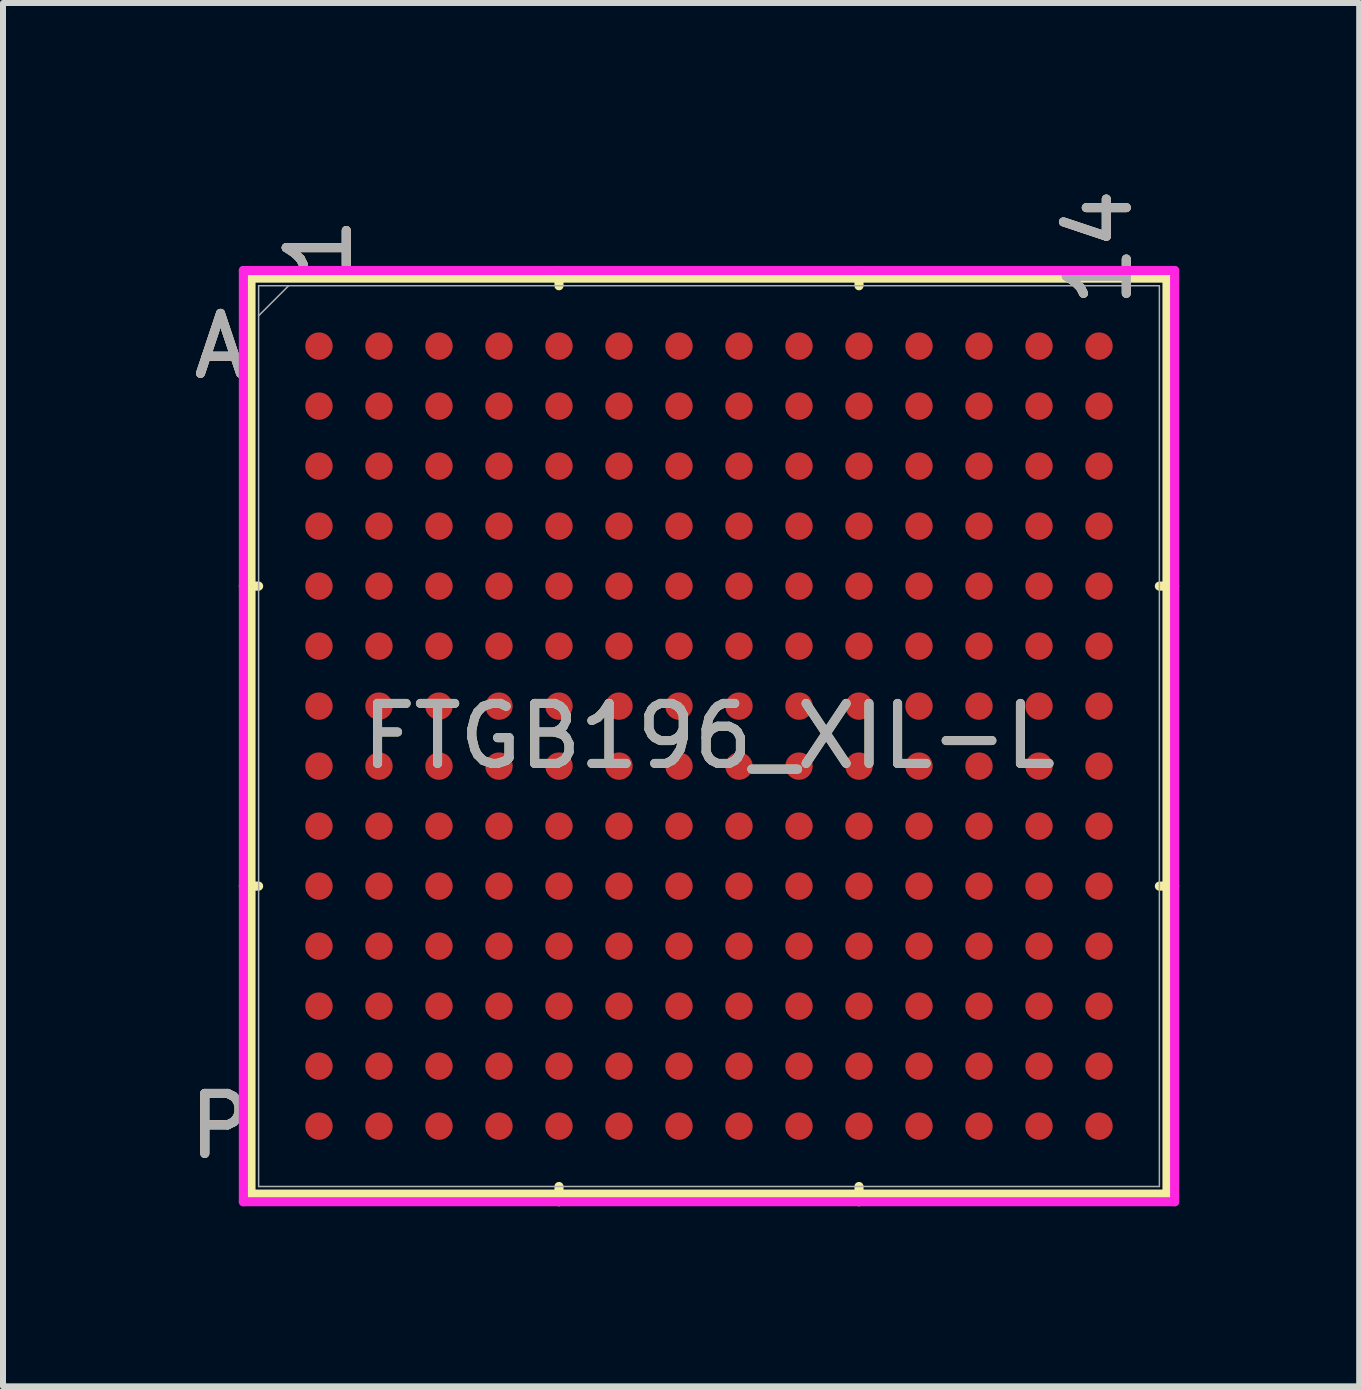
<source format=kicad_pcb>
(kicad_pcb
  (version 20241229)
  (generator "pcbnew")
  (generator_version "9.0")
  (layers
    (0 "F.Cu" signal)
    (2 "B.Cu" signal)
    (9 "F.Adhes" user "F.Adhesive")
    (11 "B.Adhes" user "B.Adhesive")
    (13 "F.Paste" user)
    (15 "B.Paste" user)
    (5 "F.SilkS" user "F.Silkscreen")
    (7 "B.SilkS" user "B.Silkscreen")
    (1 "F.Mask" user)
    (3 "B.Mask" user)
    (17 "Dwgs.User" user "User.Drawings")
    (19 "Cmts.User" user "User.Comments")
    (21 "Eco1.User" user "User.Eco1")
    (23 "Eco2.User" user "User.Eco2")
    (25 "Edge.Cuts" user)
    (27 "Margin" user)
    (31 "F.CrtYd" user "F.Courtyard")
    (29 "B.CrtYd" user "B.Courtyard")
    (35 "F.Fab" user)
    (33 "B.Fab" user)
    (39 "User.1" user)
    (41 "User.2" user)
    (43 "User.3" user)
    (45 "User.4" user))
  (footprint "FTGB196_XIL-L"
    (layer "F.Cu")
    (at 8.766 9.218)
    (property "Reference" "FTGB196_XIL-L" (at 0 0 0) (unlocked yes) (layer "F.SilkS") (effects (font (size 1 1) (thickness 0.15))))
    (attr smd)
    (fp_line (start -7.633 -7.633) (end -7.633 7.633) (stroke (width 0.152) (type solid)) (layer "F.SilkS"))
    (fp_line (start -7.633 7.633) (end 7.633 7.633) (stroke (width 0.152) (type solid)) (layer "F.SilkS"))
    (fp_line (start -7.506 -2.5) (end -7.76 -2.5) (stroke (width 0.152) (type solid)) (layer "F.SilkS"))
    (fp_line (start -7.506 2.5) (end -7.76 2.5) (stroke (width 0.152) (type solid)) (layer "F.SilkS"))
    (fp_line (start -2.5 -7.506) (end -2.5 -7.76) (stroke (width 0.152) (type solid)) (layer "F.SilkS"))
    (fp_line (start -2.5 7.506) (end -2.5 7.76) (stroke (width 0.152) (type solid)) (layer "F.SilkS"))
    (fp_line (start 2.5 -7.506) (end 2.5 -7.76) (stroke (width 0.152) (type solid)) (layer "F.SilkS"))
    (fp_line (start 2.5 7.506) (end 2.5 7.76) (stroke (width 0.152) (type solid)) (layer "F.SilkS"))
    (fp_line (start 7.506 -2.5) (end 7.76 -2.5) (stroke (width 0.152) (type solid)) (layer "F.SilkS"))
    (fp_line (start 7.506 2.5) (end 7.76 2.5) (stroke (width 0.152) (type solid)) (layer "F.SilkS"))
    (fp_line (start 7.633 -7.633) (end -7.633 -7.633) (stroke (width 0.152) (type solid)) (layer "F.SilkS"))
    (fp_line (start 7.633 7.633) (end 7.633 -7.633) (stroke (width 0.152) (type solid)) (layer "F.SilkS"))
    (fp_poly (pts (xy -7.508 -7.508) (xy 7.508 -7.508) (xy 7.508 7.508) (xy -7.508 7.508)) (stroke (width 0.1) (type solid)) (fill no) (layer "Eco2.User"))
    (fp_line (start -7.76 -7.76) (end 7.76 -7.76) (stroke (width 0.152) (type solid)) (layer "F.CrtYd"))
    (fp_line (start -7.76 7.76) (end -7.76 -7.76) (stroke (width 0.152) (type solid)) (layer "F.CrtYd"))
    (fp_line (start 7.76 -7.76) (end 7.76 7.76) (stroke (width 0.152) (type solid)) (layer "F.CrtYd"))
    (fp_line (start 7.76 7.76) (end -7.76 7.76) (stroke (width 0.152) (type solid)) (layer "F.CrtYd"))
    (fp_line (start -7.506 -7.506) (end -7.506 7.506) (stroke (width 0.025) (type solid)) (layer "F.Fab"))
    (fp_line (start -7.506 7.506) (end 7.506 7.506) (stroke (width 0.025) (type solid)) (layer "F.Fab"))
    (fp_line (start -7.006 -7.506) (end -7.506 -7.006) (stroke (width 0.025) (type solid)) (layer "F.Fab"))
    (fp_line (start 7.506 -7.506) (end -7.506 -7.506) (stroke (width 0.025) (type solid)) (layer "F.Fab"))
    (fp_line (start 7.506 7.506) (end 7.506 -7.506) (stroke (width 0.025) (type solid)) (layer "F.Fab"))
    (fp_text user "P" (at -8.141 6.5 0) (unlocked yes) (layer "F.SilkS") (effects (font (size 1 1) (thickness 0.15))))
    (fp_text user "14" (at 6.5 -8.141 90) (unlocked yes) (layer "F.SilkS") (effects (font (size 1 1) (thickness 0.15))))
    (fp_text user "1" (at -6.5 -8.141 90) (unlocked yes) (layer "F.SilkS") (effects (font (size 1 1) (thickness 0.15))))
    (fp_text user "A" (at -8.141 -6.5 0) (unlocked yes) (layer "F.SilkS") (effects (font (size 1 1) (thickness 0.15))))
    (fp_text user "14" (at 6.5 -8.141 90) (unlocked yes) (layer "B.SilkS") (effects (font (size 1 1) (thickness 0.15))))
    (fp_text user "A" (at -8.141 -6.5 0) (unlocked yes) (layer "B.SilkS") (effects (font (size 1 1) (thickness 0.15))))
    (fp_text user "P" (at -8.141 6.5 0) (unlocked yes) (layer "B.SilkS") (effects (font (size 1 1) (thickness 0.15))))
    (fp_text user "1" (at -6.5 -8.141 90) (unlocked yes) (layer "B.SilkS") (effects (font (size 1 1) (thickness 0.15))))
    (fp_text user "A" (at -8.141 -6.5 0) (unlocked yes) (layer "F.Fab") (effects (font (size 1 1) (thickness 0.15))))
    (fp_text user "P" (at -8.141 6.5 0) (unlocked yes) (layer "F.Fab") (effects (font (size 1 1) (thickness 0.15))))
    (fp_text user "1" (at -6.5 -8.141 90) (unlocked yes) (layer "F.Fab") (effects (font (size 1 1) (thickness 0.15))))
    (fp_text user "${REFERENCE}" (at 0 0 0) (unlocked yes) (layer "F.Fab") (effects (font (size 1 1) (thickness 0.15))))
    (fp_text user "14" (at 6.5 -8.141 90) (unlocked yes) (layer "F.Fab") (effects (font (size 1 1) (thickness 0.15))))
    (pad "A1" smd circle (at -6.5 -6.5) (size 0.457 0.457) (layers "F.Cu" "F.Mask" "F.Paste"))
    (pad "A2" smd circle (at -5.5 -6.5) (size 0.457 0.457) (layers "F.Cu" "F.Mask" "F.Paste"))
    (pad "A3" smd circle (at -4.5 -6.5) (size 0.457 0.457) (layers "F.Cu" "F.Mask" "F.Paste"))
    (pad "A4" smd circle (at -3.5 -6.5) (size 0.457 0.457) (layers "F.Cu" "F.Mask" "F.Paste"))
    (pad "A5" smd circle (at -2.5 -6.5) (size 0.457 0.457) (layers "F.Cu" "F.Mask" "F.Paste"))
    (pad "A6" smd circle (at -1.5 -6.5) (size 0.457 0.457) (layers "F.Cu" "F.Mask" "F.Paste"))
    (pad "A7" smd circle (at -0.5 -6.5) (size 0.457 0.457) (layers "F.Cu" "F.Mask" "F.Paste"))
    (pad "A8" smd circle (at 0.5 -6.5) (size 0.457 0.457) (layers "F.Cu" "F.Mask" "F.Paste"))
    (pad "A9" smd circle (at 1.5 -6.5) (size 0.457 0.457) (layers "F.Cu" "F.Mask" "F.Paste"))
    (pad "A10" smd circle (at 2.5 -6.5) (size 0.457 0.457) (layers "F.Cu" "F.Mask" "F.Paste"))
    (pad "A11" smd circle (at 3.5 -6.5) (size 0.457 0.457) (layers "F.Cu" "F.Mask" "F.Paste"))
    (pad "A12" smd circle (at 4.5 -6.5) (size 0.457 0.457) (layers "F.Cu" "F.Mask" "F.Paste"))
    (pad "A13" smd circle (at 5.5 -6.5) (size 0.457 0.457) (layers "F.Cu" "F.Mask" "F.Paste"))
    (pad "A14" smd circle (at 6.5 -6.5) (size 0.457 0.457) (layers "F.Cu" "F.Mask" "F.Paste"))
    (pad "B1" smd circle (at -6.5 -5.5) (size 0.457 0.457) (layers "F.Cu" "F.Mask" "F.Paste"))
    (pad "B2" smd circle (at -5.5 -5.5) (size 0.457 0.457) (layers "F.Cu" "F.Mask" "F.Paste"))
    (pad "B3" smd circle (at -4.5 -5.5) (size 0.457 0.457) (layers "F.Cu" "F.Mask" "F.Paste"))
    (pad "B4" smd circle (at -3.5 -5.5) (size 0.457 0.457) (layers "F.Cu" "F.Mask" "F.Paste"))
    (pad "B5" smd circle (at -2.5 -5.5) (size 0.457 0.457) (layers "F.Cu" "F.Mask" "F.Paste"))
    (pad "B6" smd circle (at -1.5 -5.5) (size 0.457 0.457) (layers "F.Cu" "F.Mask" "F.Paste"))
    (pad "B7" smd circle (at -0.5 -5.5) (size 0.457 0.457) (layers "F.Cu" "F.Mask" "F.Paste"))
    (pad "B8" smd circle (at 0.5 -5.5) (size 0.457 0.457) (layers "F.Cu" "F.Mask" "F.Paste"))
    (pad "B9" smd circle (at 1.5 -5.5) (size 0.457 0.457) (layers "F.Cu" "F.Mask" "F.Paste"))
    (pad "B10" smd circle (at 2.5 -5.5) (size 0.457 0.457) (layers "F.Cu" "F.Mask" "F.Paste"))
    (pad "B11" smd circle (at 3.5 -5.5) (size 0.457 0.457) (layers "F.Cu" "F.Mask" "F.Paste"))
    (pad "B12" smd circle (at 4.5 -5.5) (size 0.457 0.457) (layers "F.Cu" "F.Mask" "F.Paste"))
    (pad "B13" smd circle (at 5.5 -5.5) (size 0.457 0.457) (layers "F.Cu" "F.Mask" "F.Paste"))
    (pad "B14" smd circle (at 6.5 -5.5) (size 0.457 0.457) (layers "F.Cu" "F.Mask" "F.Paste"))
    (pad "C1" smd circle (at -6.5 -4.5) (size 0.457 0.457) (layers "F.Cu" "F.Mask" "F.Paste"))
    (pad "C2" smd circle (at -5.5 -4.5) (size 0.457 0.457) (layers "F.Cu" "F.Mask" "F.Paste"))
    (pad "C3" smd circle (at -4.5 -4.5) (size 0.457 0.457) (layers "F.Cu" "F.Mask" "F.Paste"))
    (pad "C4" smd circle (at -3.5 -4.5) (size 0.457 0.457) (layers "F.Cu" "F.Mask" "F.Paste"))
    (pad "C5" smd circle (at -2.5 -4.5) (size 0.457 0.457) (layers "F.Cu" "F.Mask" "F.Paste"))
    (pad "C6" smd circle (at -1.5 -4.5) (size 0.457 0.457) (layers "F.Cu" "F.Mask" "F.Paste"))
    (pad "C7" smd circle (at -0.5 -4.5) (size 0.457 0.457) (layers "F.Cu" "F.Mask" "F.Paste"))
    (pad "C8" smd circle (at 0.5 -4.5) (size 0.457 0.457) (layers "F.Cu" "F.Mask" "F.Paste"))
    (pad "C9" smd circle (at 1.5 -4.5) (size 0.457 0.457) (layers "F.Cu" "F.Mask" "F.Paste"))
    (pad "C10" smd circle (at 2.5 -4.5) (size 0.457 0.457) (layers "F.Cu" "F.Mask" "F.Paste"))
    (pad "C11" smd circle (at 3.5 -4.5) (size 0.457 0.457) (layers "F.Cu" "F.Mask" "F.Paste"))
    (pad "C12" smd circle (at 4.5 -4.5) (size 0.457 0.457) (layers "F.Cu" "F.Mask" "F.Paste"))
    (pad "C13" smd circle (at 5.5 -4.5) (size 0.457 0.457) (layers "F.Cu" "F.Mask" "F.Paste"))
    (pad "C14" smd circle (at 6.5 -4.5) (size 0.457 0.457) (layers "F.Cu" "F.Mask" "F.Paste"))
    (pad "D1" smd circle (at -6.5 -3.5) (size 0.457 0.457) (layers "F.Cu" "F.Mask" "F.Paste"))
    (pad "D2" smd circle (at -5.5 -3.5) (size 0.457 0.457) (layers "F.Cu" "F.Mask" "F.Paste"))
    (pad "D3" smd circle (at -4.5 -3.5) (size 0.457 0.457) (layers "F.Cu" "F.Mask" "F.Paste"))
    (pad "D4" smd circle (at -3.5 -3.5) (size 0.457 0.457) (layers "F.Cu" "F.Mask" "F.Paste"))
    (pad "D5" smd circle (at -2.5 -3.5) (size 0.457 0.457) (layers "F.Cu" "F.Mask" "F.Paste"))
    (pad "D6" smd circle (at -1.5 -3.5) (size 0.457 0.457) (layers "F.Cu" "F.Mask" "F.Paste"))
    (pad "D7" smd circle (at -0.5 -3.5) (size 0.457 0.457) (layers "F.Cu" "F.Mask" "F.Paste"))
    (pad "D8" smd circle (at 0.5 -3.5) (size 0.457 0.457) (layers "F.Cu" "F.Mask" "F.Paste"))
    (pad "D9" smd circle (at 1.5 -3.5) (size 0.457 0.457) (layers "F.Cu" "F.Mask" "F.Paste"))
    (pad "D10" smd circle (at 2.5 -3.5) (size 0.457 0.457) (layers "F.Cu" "F.Mask" "F.Paste"))
    (pad "D11" smd circle (at 3.5 -3.5) (size 0.457 0.457) (layers "F.Cu" "F.Mask" "F.Paste"))
    (pad "D12" smd circle (at 4.5 -3.5) (size 0.457 0.457) (layers "F.Cu" "F.Mask" "F.Paste"))
    (pad "D13" smd circle (at 5.5 -3.5) (size 0.457 0.457) (layers "F.Cu" "F.Mask" "F.Paste"))
    (pad "D14" smd circle (at 6.5 -3.5) (size 0.457 0.457) (layers "F.Cu" "F.Mask" "F.Paste"))
    (pad "E1" smd circle (at -6.5 -2.5) (size 0.457 0.457) (layers "F.Cu" "F.Mask" "F.Paste"))
    (pad "E2" smd circle (at -5.5 -2.5) (size 0.457 0.457) (layers "F.Cu" "F.Mask" "F.Paste"))
    (pad "E3" smd circle (at -4.5 -2.5) (size 0.457 0.457) (layers "F.Cu" "F.Mask" "F.Paste"))
    (pad "E4" smd circle (at -3.5 -2.5) (size 0.457 0.457) (layers "F.Cu" "F.Mask" "F.Paste"))
    (pad "E5" smd circle (at -2.5 -2.5) (size 0.457 0.457) (layers "F.Cu" "F.Mask" "F.Paste"))
    (pad "E6" smd circle (at -1.5 -2.5) (size 0.457 0.457) (layers "F.Cu" "F.Mask" "F.Paste"))
    (pad "E7" smd circle (at -0.5 -2.5) (size 0.457 0.457) (layers "F.Cu" "F.Mask" "F.Paste"))
    (pad "E8" smd circle (at 0.5 -2.5) (size 0.457 0.457) (layers "F.Cu" "F.Mask" "F.Paste"))
    (pad "E9" smd circle (at 1.5 -2.5) (size 0.457 0.457) (layers "F.Cu" "F.Mask" "F.Paste"))
    (pad "E10" smd circle (at 2.5 -2.5) (size 0.457 0.457) (layers "F.Cu" "F.Mask" "F.Paste"))
    (pad "E11" smd circle (at 3.5 -2.5) (size 0.457 0.457) (layers "F.Cu" "F.Mask" "F.Paste"))
    (pad "E12" smd circle (at 4.5 -2.5) (size 0.457 0.457) (layers "F.Cu" "F.Mask" "F.Paste"))
    (pad "E13" smd circle (at 5.5 -2.5) (size 0.457 0.457) (layers "F.Cu" "F.Mask" "F.Paste"))
    (pad "E14" smd circle (at 6.5 -2.5) (size 0.457 0.457) (layers "F.Cu" "F.Mask" "F.Paste"))
    (pad "F1" smd circle (at -6.5 -1.5) (size 0.457 0.457) (layers "F.Cu" "F.Mask" "F.Paste"))
    (pad "F2" smd circle (at -5.5 -1.5) (size 0.457 0.457) (layers "F.Cu" "F.Mask" "F.Paste"))
    (pad "F3" smd circle (at -4.5 -1.5) (size 0.457 0.457) (layers "F.Cu" "F.Mask" "F.Paste"))
    (pad "F4" smd circle (at -3.5 -1.5) (size 0.457 0.457) (layers "F.Cu" "F.Mask" "F.Paste"))
    (pad "F5" smd circle (at -2.5 -1.5) (size 0.457 0.457) (layers "F.Cu" "F.Mask" "F.Paste"))
    (pad "F6" smd circle (at -1.5 -1.5) (size 0.457 0.457) (layers "F.Cu" "F.Mask" "F.Paste"))
    (pad "F7" smd circle (at -0.5 -1.5) (size 0.457 0.457) (layers "F.Cu" "F.Mask" "F.Paste"))
    (pad "F8" smd circle (at 0.5 -1.5) (size 0.457 0.457) (layers "F.Cu" "F.Mask" "F.Paste"))
    (pad "F9" smd circle (at 1.5 -1.5) (size 0.457 0.457) (layers "F.Cu" "F.Mask" "F.Paste"))
    (pad "F10" smd circle (at 2.5 -1.5) (size 0.457 0.457) (layers "F.Cu" "F.Mask" "F.Paste"))
    (pad "F11" smd circle (at 3.5 -1.5) (size 0.457 0.457) (layers "F.Cu" "F.Mask" "F.Paste"))
    (pad "F12" smd circle (at 4.5 -1.5) (size 0.457 0.457) (layers "F.Cu" "F.Mask" "F.Paste"))
    (pad "F13" smd circle (at 5.5 -1.5) (size 0.457 0.457) (layers "F.Cu" "F.Mask" "F.Paste"))
    (pad "F14" smd circle (at 6.5 -1.5) (size 0.457 0.457) (layers "F.Cu" "F.Mask" "F.Paste"))
    (pad "G1" smd circle (at -6.5 -0.5) (size 0.457 0.457) (layers "F.Cu" "F.Mask" "F.Paste"))
    (pad "G2" smd circle (at -5.5 -0.5) (size 0.457 0.457) (layers "F.Cu" "F.Mask" "F.Paste"))
    (pad "G3" smd circle (at -4.5 -0.5) (size 0.457 0.457) (layers "F.Cu" "F.Mask" "F.Paste"))
    (pad "G4" smd circle (at -3.5 -0.5) (size 0.457 0.457) (layers "F.Cu" "F.Mask" "F.Paste"))
    (pad "G5" smd circle (at -2.5 -0.5) (size 0.457 0.457) (layers "F.Cu" "F.Mask" "F.Paste"))
    (pad "G6" smd circle (at -1.5 -0.5) (size 0.457 0.457) (layers "F.Cu" "F.Mask" "F.Paste"))
    (pad "G7" smd circle (at -0.5 -0.5) (size 0.457 0.457) (layers "F.Cu" "F.Mask" "F.Paste"))
    (pad "G8" smd circle (at 0.5 -0.5) (size 0.457 0.457) (layers "F.Cu" "F.Mask" "F.Paste"))
    (pad "G9" smd circle (at 1.5 -0.5) (size 0.457 0.457) (layers "F.Cu" "F.Mask" "F.Paste"))
    (pad "G10" smd circle (at 2.5 -0.5) (size 0.457 0.457) (layers "F.Cu" "F.Mask" "F.Paste"))
    (pad "G11" smd circle (at 3.5 -0.5) (size 0.457 0.457) (layers "F.Cu" "F.Mask" "F.Paste"))
    (pad "G12" smd circle (at 4.5 -0.5) (size 0.457 0.457) (layers "F.Cu" "F.Mask" "F.Paste"))
    (pad "G13" smd circle (at 5.5 -0.5) (size 0.457 0.457) (layers "F.Cu" "F.Mask" "F.Paste"))
    (pad "G14" smd circle (at 6.5 -0.5) (size 0.457 0.457) (layers "F.Cu" "F.Mask" "F.Paste"))
    (pad "H1" smd circle (at -6.5 0.5) (size 0.457 0.457) (layers "F.Cu" "F.Mask" "F.Paste"))
    (pad "H2" smd circle (at -5.5 0.5) (size 0.457 0.457) (layers "F.Cu" "F.Mask" "F.Paste"))
    (pad "H3" smd circle (at -4.5 0.5) (size 0.457 0.457) (layers "F.Cu" "F.Mask" "F.Paste"))
    (pad "H4" smd circle (at -3.5 0.5) (size 0.457 0.457) (layers "F.Cu" "F.Mask" "F.Paste"))
    (pad "H5" smd circle (at -2.5 0.5) (size 0.457 0.457) (layers "F.Cu" "F.Mask" "F.Paste"))
    (pad "H6" smd circle (at -1.5 0.5) (size 0.457 0.457) (layers "F.Cu" "F.Mask" "F.Paste"))
    (pad "H7" smd circle (at -0.5 0.5) (size 0.457 0.457) (layers "F.Cu" "F.Mask" "F.Paste"))
    (pad "H8" smd circle (at 0.5 0.5) (size 0.457 0.457) (layers "F.Cu" "F.Mask" "F.Paste"))
    (pad "H9" smd circle (at 1.5 0.5) (size 0.457 0.457) (layers "F.Cu" "F.Mask" "F.Paste"))
    (pad "H10" smd circle (at 2.5 0.5) (size 0.457 0.457) (layers "F.Cu" "F.Mask" "F.Paste"))
    (pad "H11" smd circle (at 3.5 0.5) (size 0.457 0.457) (layers "F.Cu" "F.Mask" "F.Paste"))
    (pad "H12" smd circle (at 4.5 0.5) (size 0.457 0.457) (layers "F.Cu" "F.Mask" "F.Paste"))
    (pad "H13" smd circle (at 5.5 0.5) (size 0.457 0.457) (layers "F.Cu" "F.Mask" "F.Paste"))
    (pad "H14" smd circle (at 6.5 0.5) (size 0.457 0.457) (layers "F.Cu" "F.Mask" "F.Paste"))
    (pad "J1" smd circle (at -6.5 1.5) (size 0.457 0.457) (layers "F.Cu" "F.Mask" "F.Paste"))
    (pad "J2" smd circle (at -5.5 1.5) (size 0.457 0.457) (layers "F.Cu" "F.Mask" "F.Paste"))
    (pad "J3" smd circle (at -4.5 1.5) (size 0.457 0.457) (layers "F.Cu" "F.Mask" "F.Paste"))
    (pad "J4" smd circle (at -3.5 1.5) (size 0.457 0.457) (layers "F.Cu" "F.Mask" "F.Paste"))
    (pad "J5" smd circle (at -2.5 1.5) (size 0.457 0.457) (layers "F.Cu" "F.Mask" "F.Paste"))
    (pad "J6" smd circle (at -1.5 1.5) (size 0.457 0.457) (layers "F.Cu" "F.Mask" "F.Paste"))
    (pad "J7" smd circle (at -0.5 1.5) (size 0.457 0.457) (layers "F.Cu" "F.Mask" "F.Paste"))
    (pad "J8" smd circle (at 0.5 1.5) (size 0.457 0.457) (layers "F.Cu" "F.Mask" "F.Paste"))
    (pad "J9" smd circle (at 1.5 1.5) (size 0.457 0.457) (layers "F.Cu" "F.Mask" "F.Paste"))
    (pad "J10" smd circle (at 2.5 1.5) (size 0.457 0.457) (layers "F.Cu" "F.Mask" "F.Paste"))
    (pad "J11" smd circle (at 3.5 1.5) (size 0.457 0.457) (layers "F.Cu" "F.Mask" "F.Paste"))
    (pad "J12" smd circle (at 4.5 1.5) (size 0.457 0.457) (layers "F.Cu" "F.Mask" "F.Paste"))
    (pad "J13" smd circle (at 5.5 1.5) (size 0.457 0.457) (layers "F.Cu" "F.Mask" "F.Paste"))
    (pad "J14" smd circle (at 6.5 1.5) (size 0.457 0.457) (layers "F.Cu" "F.Mask" "F.Paste"))
    (pad "K1" smd circle (at -6.5 2.5) (size 0.457 0.457) (layers "F.Cu" "F.Mask" "F.Paste"))
    (pad "K2" smd circle (at -5.5 2.5) (size 0.457 0.457) (layers "F.Cu" "F.Mask" "F.Paste"))
    (pad "K3" smd circle (at -4.5 2.5) (size 0.457 0.457) (layers "F.Cu" "F.Mask" "F.Paste"))
    (pad "K4" smd circle (at -3.5 2.5) (size 0.457 0.457) (layers "F.Cu" "F.Mask" "F.Paste"))
    (pad "K5" smd circle (at -2.5 2.5) (size 0.457 0.457) (layers "F.Cu" "F.Mask" "F.Paste"))
    (pad "K6" smd circle (at -1.5 2.5) (size 0.457 0.457) (layers "F.Cu" "F.Mask" "F.Paste"))
    (pad "K7" smd circle (at -0.5 2.5) (size 0.457 0.457) (layers "F.Cu" "F.Mask" "F.Paste"))
    (pad "K8" smd circle (at 0.5 2.5) (size 0.457 0.457) (layers "F.Cu" "F.Mask" "F.Paste"))
    (pad "K9" smd circle (at 1.5 2.5) (size 0.457 0.457) (layers "F.Cu" "F.Mask" "F.Paste"))
    (pad "K10" smd circle (at 2.5 2.5) (size 0.457 0.457) (layers "F.Cu" "F.Mask" "F.Paste"))
    (pad "K11" smd circle (at 3.5 2.5) (size 0.457 0.457) (layers "F.Cu" "F.Mask" "F.Paste"))
    (pad "K12" smd circle (at 4.5 2.5) (size 0.457 0.457) (layers "F.Cu" "F.Mask" "F.Paste"))
    (pad "K13" smd circle (at 5.5 2.5) (size 0.457 0.457) (layers "F.Cu" "F.Mask" "F.Paste"))
    (pad "K14" smd circle (at 6.5 2.5) (size 0.457 0.457) (layers "F.Cu" "F.Mask" "F.Paste"))
    (pad "L1" smd circle (at -6.5 3.5) (size 0.457 0.457) (layers "F.Cu" "F.Mask" "F.Paste"))
    (pad "L2" smd circle (at -5.5 3.5) (size 0.457 0.457) (layers "F.Cu" "F.Mask" "F.Paste"))
    (pad "L3" smd circle (at -4.5 3.5) (size 0.457 0.457) (layers "F.Cu" "F.Mask" "F.Paste"))
    (pad "L4" smd circle (at -3.5 3.5) (size 0.457 0.457) (layers "F.Cu" "F.Mask" "F.Paste"))
    (pad "L5" smd circle (at -2.5 3.5) (size 0.457 0.457) (layers "F.Cu" "F.Mask" "F.Paste"))
    (pad "L6" smd circle (at -1.5 3.5) (size 0.457 0.457) (layers "F.Cu" "F.Mask" "F.Paste"))
    (pad "L7" smd circle (at -0.5 3.5) (size 0.457 0.457) (layers "F.Cu" "F.Mask" "F.Paste"))
    (pad "L8" smd circle (at 0.5 3.5) (size 0.457 0.457) (layers "F.Cu" "F.Mask" "F.Paste"))
    (pad "L9" smd circle (at 1.5 3.5) (size 0.457 0.457) (layers "F.Cu" "F.Mask" "F.Paste"))
    (pad "L10" smd circle (at 2.5 3.5) (size 0.457 0.457) (layers "F.Cu" "F.Mask" "F.Paste"))
    (pad "L11" smd circle (at 3.5 3.5) (size 0.457 0.457) (layers "F.Cu" "F.Mask" "F.Paste"))
    (pad "L12" smd circle (at 4.5 3.5) (size 0.457 0.457) (layers "F.Cu" "F.Mask" "F.Paste"))
    (pad "L13" smd circle (at 5.5 3.5) (size 0.457 0.457) (layers "F.Cu" "F.Mask" "F.Paste"))
    (pad "L14" smd circle (at 6.5 3.5) (size 0.457 0.457) (layers "F.Cu" "F.Mask" "F.Paste"))
    (pad "M1" smd circle (at -6.5 4.5) (size 0.457 0.457) (layers "F.Cu" "F.Mask" "F.Paste"))
    (pad "M2" smd circle (at -5.5 4.5) (size 0.457 0.457) (layers "F.Cu" "F.Mask" "F.Paste"))
    (pad "M3" smd circle (at -4.5 4.5) (size 0.457 0.457) (layers "F.Cu" "F.Mask" "F.Paste"))
    (pad "M4" smd circle (at -3.5 4.5) (size 0.457 0.457) (layers "F.Cu" "F.Mask" "F.Paste"))
    (pad "M5" smd circle (at -2.5 4.5) (size 0.457 0.457) (layers "F.Cu" "F.Mask" "F.Paste"))
    (pad "M6" smd circle (at -1.5 4.5) (size 0.457 0.457) (layers "F.Cu" "F.Mask" "F.Paste"))
    (pad "M7" smd circle (at -0.5 4.5) (size 0.457 0.457) (layers "F.Cu" "F.Mask" "F.Paste"))
    (pad "M8" smd circle (at 0.5 4.5) (size 0.457 0.457) (layers "F.Cu" "F.Mask" "F.Paste"))
    (pad "M9" smd circle (at 1.5 4.5) (size 0.457 0.457) (layers "F.Cu" "F.Mask" "F.Paste"))
    (pad "M10" smd circle (at 2.5 4.5) (size 0.457 0.457) (layers "F.Cu" "F.Mask" "F.Paste"))
    (pad "M11" smd circle (at 3.5 4.5) (size 0.457 0.457) (layers "F.Cu" "F.Mask" "F.Paste"))
    (pad "M12" smd circle (at 4.5 4.5) (size 0.457 0.457) (layers "F.Cu" "F.Mask" "F.Paste"))
    (pad "M13" smd circle (at 5.5 4.5) (size 0.457 0.457) (layers "F.Cu" "F.Mask" "F.Paste"))
    (pad "M14" smd circle (at 6.5 4.5) (size 0.457 0.457) (layers "F.Cu" "F.Mask" "F.Paste"))
    (pad "N1" smd circle (at -6.5 5.5) (size 0.457 0.457) (layers "F.Cu" "F.Mask" "F.Paste"))
    (pad "N2" smd circle (at -5.5 5.5) (size 0.457 0.457) (layers "F.Cu" "F.Mask" "F.Paste"))
    (pad "N3" smd circle (at -4.5 5.5) (size 0.457 0.457) (layers "F.Cu" "F.Mask" "F.Paste"))
    (pad "N4" smd circle (at -3.5 5.5) (size 0.457 0.457) (layers "F.Cu" "F.Mask" "F.Paste"))
    (pad "N5" smd circle (at -2.5 5.5) (size 0.457 0.457) (layers "F.Cu" "F.Mask" "F.Paste"))
    (pad "N6" smd circle (at -1.5 5.5) (size 0.457 0.457) (layers "F.Cu" "F.Mask" "F.Paste"))
    (pad "N7" smd circle (at -0.5 5.5) (size 0.457 0.457) (layers "F.Cu" "F.Mask" "F.Paste"))
    (pad "N8" smd circle (at 0.5 5.5) (size 0.457 0.457) (layers "F.Cu" "F.Mask" "F.Paste"))
    (pad "N9" smd circle (at 1.5 5.5) (size 0.457 0.457) (layers "F.Cu" "F.Mask" "F.Paste"))
    (pad "N10" smd circle (at 2.5 5.5) (size 0.457 0.457) (layers "F.Cu" "F.Mask" "F.Paste"))
    (pad "N11" smd circle (at 3.5 5.5) (size 0.457 0.457) (layers "F.Cu" "F.Mask" "F.Paste"))
    (pad "N12" smd circle (at 4.5 5.5) (size 0.457 0.457) (layers "F.Cu" "F.Mask" "F.Paste"))
    (pad "N13" smd circle (at 5.5 5.5) (size 0.457 0.457) (layers "F.Cu" "F.Mask" "F.Paste"))
    (pad "N14" smd circle (at 6.5 5.5) (size 0.457 0.457) (layers "F.Cu" "F.Mask" "F.Paste"))
    (pad "P1" smd circle (at -6.5 6.5) (size 0.457 0.457) (layers "F.Cu" "F.Mask" "F.Paste"))
    (pad "P2" smd circle (at -5.5 6.5) (size 0.457 0.457) (layers "F.Cu" "F.Mask" "F.Paste"))
    (pad "P3" smd circle (at -4.5 6.5) (size 0.457 0.457) (layers "F.Cu" "F.Mask" "F.Paste"))
    (pad "P4" smd circle (at -3.5 6.5) (size 0.457 0.457) (layers "F.Cu" "F.Mask" "F.Paste"))
    (pad "P5" smd circle (at -2.5 6.5) (size 0.457 0.457) (layers "F.Cu" "F.Mask" "F.Paste"))
    (pad "P6" smd circle (at -1.5 6.5) (size 0.457 0.457) (layers "F.Cu" "F.Mask" "F.Paste"))
    (pad "P7" smd circle (at -0.5 6.5) (size 0.457 0.457) (layers "F.Cu" "F.Mask" "F.Paste"))
    (pad "P8" smd circle (at 0.5 6.5) (size 0.457 0.457) (layers "F.Cu" "F.Mask" "F.Paste"))
    (pad "P9" smd circle (at 1.5 6.5) (size 0.457 0.457) (layers "F.Cu" "F.Mask" "F.Paste"))
    (pad "P10" smd circle (at 2.5 6.5) (size 0.457 0.457) (layers "F.Cu" "F.Mask" "F.Paste"))
    (pad "P11" smd circle (at 3.5 6.5) (size 0.457 0.457) (layers "F.Cu" "F.Mask" "F.Paste"))
    (pad "P12" smd circle (at 4.5 6.5) (size 0.457 0.457) (layers "F.Cu" "F.Mask" "F.Paste"))
    (pad "P13" smd circle (at 5.5 6.5) (size 0.457 0.457) (layers "F.Cu" "F.Mask" "F.Paste"))
    (pad "P14" smd circle (at 6.5 6.5) (size 0.457 0.457) (layers "F.Cu" "F.Mask" "F.Paste")))
  (gr_rect
    (start -3 -3)
    (end 19.602 20.054)
    (stroke (width 0.1) (type default))
    (fill no)
    (layer "Edge.Cuts")))
</source>
